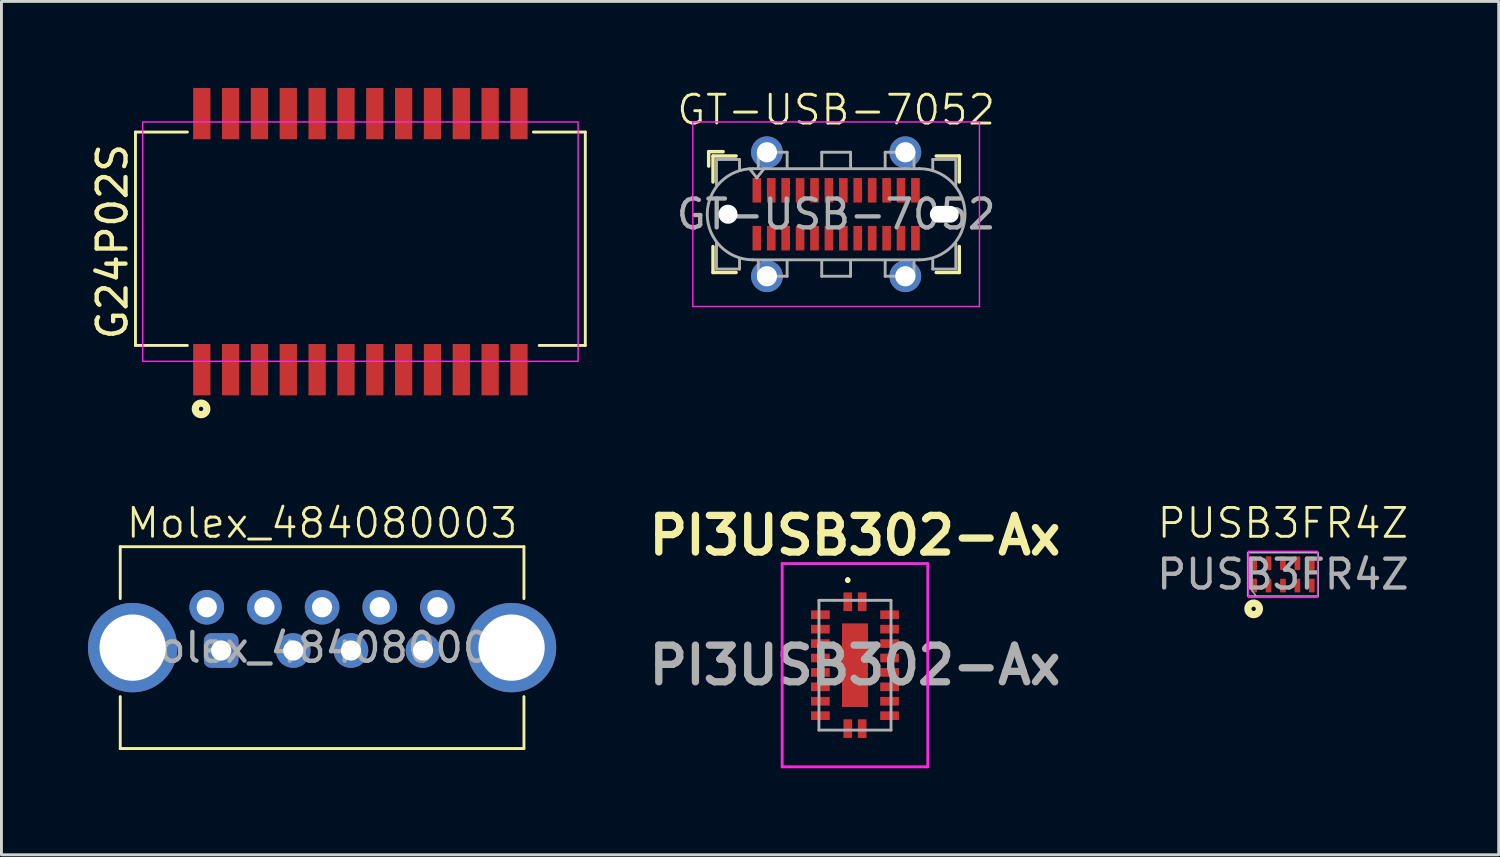
<source format=kicad_pcb>
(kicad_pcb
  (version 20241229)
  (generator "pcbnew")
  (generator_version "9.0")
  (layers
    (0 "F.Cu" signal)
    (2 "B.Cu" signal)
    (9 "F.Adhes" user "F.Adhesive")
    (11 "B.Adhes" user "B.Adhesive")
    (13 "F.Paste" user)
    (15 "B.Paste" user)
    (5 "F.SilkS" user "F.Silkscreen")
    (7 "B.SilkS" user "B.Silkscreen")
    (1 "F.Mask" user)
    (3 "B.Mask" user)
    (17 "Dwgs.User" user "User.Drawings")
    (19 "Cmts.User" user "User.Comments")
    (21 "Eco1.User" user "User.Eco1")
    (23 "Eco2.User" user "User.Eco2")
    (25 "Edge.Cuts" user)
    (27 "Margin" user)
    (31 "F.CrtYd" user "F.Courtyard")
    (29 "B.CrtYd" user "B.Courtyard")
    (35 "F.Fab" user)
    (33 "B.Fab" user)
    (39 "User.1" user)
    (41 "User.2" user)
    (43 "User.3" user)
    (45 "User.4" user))
  (footprint "PUSB3FR4Z"
    (layer "F.Cu")
    (at 41.442 16.869)
    (property "Reference" "PUSB3FR4Z" (at 0 -1.778 0) (unlocked yes) (layer "F.SilkS") (effects (font (size 1 1) (thickness 0.1))))
    (attr smd)
    (fp_circle (center -1.016 1.195) (end -0.941 1.195) (stroke (width 0.25) (type solid)) (fill no) (layer "F.SilkS"))
    (fp_rect (start -1.2 -0.8) (end 1.2 0.8) (stroke (width 0.05) (type default)) (fill no) (layer "F.CrtYd"))
    (fp_line (start -1.225 -0.75) (end -1.225 0.75) (stroke (width 0.05) (type default)) (layer "F.Fab"))
    (fp_line (start -1.22 0.36) (end -0.94 0.74) (stroke (width 0.05) (type default)) (layer "F.Fab"))
    (fp_line (start 1.225 -0.75) (end -1.225 -0.75) (stroke (width 0.05) (type default)) (layer "F.Fab"))
    (fp_line (start 1.225 -0.75) (end 1.225 0.75) (stroke (width 0.05) (type default)) (layer "F.Fab"))
    (fp_line (start 1.225 0.75) (end -1.225 0.75) (stroke (width 0.05) (type default)) (layer "F.Fab"))
    (fp_text user "${REFERENCE}" (at 0 0 0) (unlocked yes) (layer "F.Fab") (effects (font (size 1 1) (thickness 0.15))))
    (pad "1" smd roundrect (at -1 -0.388) (size 0.2 0.475) (layers "F.Cu" "F.Mask" "F.Paste") (roundrect_rratio 0.15))
    (pad "1" smd roundrect (at -1 0.388) (size 0.2 0.475) (layers "F.Cu" "F.Mask" "F.Paste") (roundrect_rratio 0.15))
    (pad "2" smd roundrect (at -0.5 -0.388) (size 0.2 0.475) (layers "F.Cu" "F.Mask" "F.Paste") (roundrect_rratio 0.15))
    (pad "2" smd roundrect (at -0.5 0.388) (size 0.2 0.475) (layers "F.Cu" "F.Mask" "F.Paste") (roundrect_rratio 0.15))
    (pad "3" smd roundrect (at 0 0.388) (size 0.2 0.475) (layers "F.Cu" "F.Mask" "F.Paste") (roundrect_rratio 0.15))
    (pad "4" smd roundrect (at 0.5 -0.388) (size 0.2 0.475) (layers "F.Cu" "F.Mask" "F.Paste") (roundrect_rratio 0.15))
    (pad "4" smd roundrect (at 0.5 0.388) (size 0.2 0.475) (layers "F.Cu" "F.Mask" "F.Paste") (roundrect_rratio 0.15))
    (pad "5" smd roundrect (at 1 -0.388) (size 0.2 0.475) (layers "F.Cu" "F.Mask" "F.Paste") (roundrect_rratio 0.15))
    (pad "5" smd roundrect (at 1 0.388) (size 0.2 0.475) (layers "F.Cu" "F.Mask" "F.Paste") (roundrect_rratio 0.15))
    (pad "8" smd roundrect (at 0 -0.388) (size 0.2 0.475) (layers "F.Cu" "F.Mask" "F.Paste") (roundrect_rratio 0.15)))
  (footprint "GT-USB-7052"
    (layer "F.Cu")
    (at 25.947 3.3)
    (property "Reference" "GT-USB-7052" (at 0 -2.54 0) (unlocked yes) (layer "F.SilkS") (effects (font (size 1 1) (thickness 0.1))))
    (attr smd)
    (fp_line (start -4.42 -1.09) (end -4.42 -0.59) (stroke (width 0.12) (type solid)) (layer "F.SilkS"))
    (fp_line (start -4.42 -1.09) (end -3.92 -1.09) (stroke (width 0.12) (type solid)) (layer "F.SilkS"))
    (fp_line (start -4.27 -0.94) (end -4.27 -0.04) (stroke (width 0.12) (type solid)) (layer "F.SilkS"))
    (fp_line (start -4.27 -0.94) (end -3.47 -0.94) (stroke (width 0.12) (type solid)) (layer "F.SilkS"))
    (fp_line (start -4.27 3.1) (end -4.27 2.2) (stroke (width 0.12) (type solid)) (layer "F.SilkS"))
    (fp_line (start -4.27 3.1) (end -3.47 3.1) (stroke (width 0.12) (type solid)) (layer "F.SilkS"))
    (fp_line (start 4.27 -0.94) (end 3.47 -0.94) (stroke (width 0.12) (type solid)) (layer "F.SilkS"))
    (fp_line (start 4.27 -0.94) (end 4.27 -0.04) (stroke (width 0.12) (type solid)) (layer "F.SilkS"))
    (fp_line (start 4.27 3.1) (end 3.47 3.1) (stroke (width 0.12) (type solid)) (layer "F.SilkS"))
    (fp_line (start 4.27 3.1) (end 4.27 2.2) (stroke (width 0.12) (type solid)) (layer "F.SilkS"))
    (fp_line (start -4.97 -2.12) (end -4.97 4.28) (stroke (width 0.05) (type solid)) (layer "F.CrtYd"))
    (fp_line (start -4.97 4.28) (end 4.97 4.28) (stroke (width 0.05) (type solid)) (layer "F.CrtYd"))
    (fp_line (start 4.97 -2.12) (end -4.97 -2.12) (stroke (width 0.05) (type solid)) (layer "F.CrtYd"))
    (fp_line (start 4.97 4.28) (end 4.97 -2.12) (stroke (width 0.05) (type solid)) (layer "F.CrtYd"))
    (fp_line (start -4.15 -0.82) (end -4.15 0.08) (stroke (width 0.1) (type solid)) (layer "F.Fab"))
    (fp_line (start -4.15 -0.82) (end -3.35 -0.82) (stroke (width 0.1) (type solid)) (layer "F.Fab"))
    (fp_line (start -4.15 2.98) (end -4.15 2.08) (stroke (width 0.1) (type solid)) (layer "F.Fab"))
    (fp_line (start -4.15 2.98) (end -3.35 2.98) (stroke (width 0.1) (type solid)) (layer "F.Fab"))
    (fp_line (start -3.35 -0.82) (end -3.35 -0.47) (stroke (width 0.1) (type solid)) (layer "F.Fab"))
    (fp_line (start -3.35 2.98) (end -3.35 2.63) (stroke (width 0.1) (type solid)) (layer "F.Fab"))
    (fp_line (start -2.89 2.66) (end 2.89 2.66) (stroke (width 0.1) (type solid)) (layer "F.Fab"))
    (fp_line (start -2.75 -0.18) (end -3 -0.5) (stroke (width 0.1) (type solid)) (layer "F.Fab"))
    (fp_line (start -2.7 -1.07) (end -1.7 -1.07) (stroke (width 0.1) (type solid)) (layer "F.Fab"))
    (fp_line (start -2.7 -0.52) (end -2.7 -1.07) (stroke (width 0.1) (type solid)) (layer "F.Fab"))
    (fp_line (start -2.7 2.68) (end -2.7 3.23) (stroke (width 0.1) (type solid)) (layer "F.Fab"))
    (fp_line (start -2.7 3.23) (end -1.7 3.23) (stroke (width 0.1) (type solid)) (layer "F.Fab"))
    (fp_line (start -2.5 -0.5) (end -2.75 -0.18) (stroke (width 0.1) (type solid)) (layer "F.Fab"))
    (fp_line (start -1.7 -1.07) (end -1.7 -0.52) (stroke (width 0.1) (type solid)) (layer "F.Fab"))
    (fp_line (start -1.7 3.23) (end -1.7 2.68) (stroke (width 0.1) (type solid)) (layer "F.Fab"))
    (fp_line (start -0.5 -1.07) (end 0.5 -1.07) (stroke (width 0.1) (type solid)) (layer "F.Fab"))
    (fp_line (start -0.5 -0.52) (end -0.5 -1.07) (stroke (width 0.1) (type solid)) (layer "F.Fab"))
    (fp_line (start -0.5 3.23) (end -0.5 2.68) (stroke (width 0.1) (type solid)) (layer "F.Fab"))
    (fp_line (start 0.5 -1.07) (end 0.5 -0.52) (stroke (width 0.1) (type solid)) (layer "F.Fab"))
    (fp_line (start 0.5 2.68) (end 0.5 3.23) (stroke (width 0.1) (type solid)) (layer "F.Fab"))
    (fp_line (start 0.5 3.23) (end -0.5 3.23) (stroke (width 0.1) (type solid)) (layer "F.Fab"))
    (fp_line (start 1.7 -1.07) (end 1.7 -0.52) (stroke (width 0.1) (type solid)) (layer "F.Fab"))
    (fp_line (start 1.7 3.23) (end 1.7 2.68) (stroke (width 0.1) (type solid)) (layer "F.Fab"))
    (fp_line (start 2.7 -1.07) (end 1.7 -1.07) (stroke (width 0.1) (type solid)) (layer "F.Fab"))
    (fp_line (start 2.7 -0.52) (end 2.7 -1.07) (stroke (width 0.1) (type solid)) (layer "F.Fab"))
    (fp_line (start 2.7 2.68) (end 2.7 3.23) (stroke (width 0.1) (type solid)) (layer "F.Fab"))
    (fp_line (start 2.7 3.23) (end 1.7 3.23) (stroke (width 0.1) (type solid)) (layer "F.Fab"))
    (fp_line (start 2.89 -0.5) (end -2.89 -0.5) (stroke (width 0.1) (type solid)) (layer "F.Fab"))
    (fp_line (start 3.35 -0.82) (end 3.35 -0.47) (stroke (width 0.1) (type solid)) (layer "F.Fab"))
    (fp_line (start 3.35 2.98) (end 3.35 2.63) (stroke (width 0.1) (type solid)) (layer "F.Fab"))
    (fp_line (start 4.15 -0.82) (end 3.35 -0.82) (stroke (width 0.1) (type solid)) (layer "F.Fab"))
    (fp_line (start 4.15 -0.82) (end 4.15 0.08) (stroke (width 0.1) (type solid)) (layer "F.Fab"))
    (fp_line (start 4.15 2.98) (end 3.35 2.98) (stroke (width 0.1) (type solid)) (layer "F.Fab"))
    (fp_line (start 4.15 2.98) (end 4.15 2.08) (stroke (width 0.1) (type solid)) (layer "F.Fab"))
    (fp_arc (start -2.89 2.66) (mid -4.47 1.08) (end -2.89 -0.5) (stroke (width 0.1) (type solid)) (layer "F.Fab"))
    (fp_arc (start 2.89 -0.5) (mid 4.47 1.08) (end 2.89 2.66) (stroke (width 0.1) (type solid)) (layer "F.Fab"))
    (fp_text user "${REFERENCE}" (at 0 1.08 0) (unlocked yes) (layer "F.Fab") (effects (font (size 1 1) (thickness 0.15))))
    (pad "" np_thru_hole circle (at -3.75 1.08) (size 0.66 0.66) (drill 0.66) (layers "*.Cu" "*.Mask"))
    (pad "" np_thru_hole oval (at 3.75 1.08) (size 1 0.58) (drill oval 1 0.58) (layers "*.Cu" "*.Mask"))
    (pad "A1" smd rect (at -2.75 0.25) (size 0.3 0.85) (layers "F.Cu" "F.Mask" "F.Paste"))
    (pad "A2" smd rect (at -2.25 0.25) (size 0.3 0.85) (layers "F.Cu" "F.Mask" "F.Paste"))
    (pad "A3" smd rect (at -1.75 0.25) (size 0.3 0.85) (layers "F.Cu" "F.Mask" "F.Paste"))
    (pad "A4" smd rect (at -1.25 0.25) (size 0.3 0.85) (layers "F.Cu" "F.Mask" "F.Paste"))
    (pad "A5" smd rect (at -0.75 0.25) (size 0.3 0.85) (layers "F.Cu" "F.Mask" "F.Paste"))
    (pad "A6" smd rect (at -0.25 0.25) (size 0.3 0.85) (layers "F.Cu" "F.Mask" "F.Paste"))
    (pad "A7" smd rect (at 0.25 0.25) (size 0.3 0.85) (layers "F.Cu" "F.Mask" "F.Paste"))
    (pad "A8" smd rect (at 0.75 0.25) (size 0.3 0.85) (layers "F.Cu" "F.Mask" "F.Paste"))
    (pad "A9" smd rect (at 1.25 0.25) (size 0.3 0.85) (layers "F.Cu" "F.Mask" "F.Paste"))
    (pad "A10" smd rect (at 1.75 0.25) (size 0.3 0.85) (layers "F.Cu" "F.Mask" "F.Paste"))
    (pad "A11" smd rect (at 2.25 0.25) (size 0.3 0.85) (layers "F.Cu" "F.Mask" "F.Paste"))
    (pad "A12" smd rect (at 2.75 0.25) (size 0.3 0.85) (layers "F.Cu" "F.Mask" "F.Paste"))
    (pad "B1" smd rect (at 2.75 1.91) (size 0.3 0.85) (layers "F.Cu" "F.Mask" "F.Paste"))
    (pad "B2" smd rect (at 2.25 1.91) (size 0.3 0.85) (layers "F.Cu" "F.Mask" "F.Paste"))
    (pad "B3" smd rect (at 1.75 1.91) (size 0.3 0.85) (layers "F.Cu" "F.Mask" "F.Paste"))
    (pad "B4" smd rect (at 1.25 1.91) (size 0.3 0.85) (layers "F.Cu" "F.Mask" "F.Paste"))
    (pad "B5" smd rect (at 0.75 1.91) (size 0.3 0.85) (layers "F.Cu" "F.Mask" "F.Paste"))
    (pad "B6" smd rect (at 0.25 1.91) (size 0.3 0.85) (layers "F.Cu" "F.Mask" "F.Paste"))
    (pad "B7" smd rect (at -0.25 1.91) (size 0.3 0.85) (layers "F.Cu" "F.Mask" "F.Paste"))
    (pad "B8" smd rect (at -0.75 1.91) (size 0.3 0.85) (layers "F.Cu" "F.Mask" "F.Paste"))
    (pad "B9" smd rect (at -1.25 1.91) (size 0.3 0.85) (layers "F.Cu" "F.Mask" "F.Paste"))
    (pad "B10" smd rect (at -1.75 1.91) (size 0.3 0.85) (layers "F.Cu" "F.Mask" "F.Paste"))
    (pad "B11" smd rect (at -2.25 1.91) (size 0.3 0.85) (layers "F.Cu" "F.Mask" "F.Paste"))
    (pad "B12" smd rect (at -2.75 1.91) (size 0.3 0.85) (layers "F.Cu" "F.Mask" "F.Paste"))
    (pad "S1" thru_hole circle (at -2.4 -1.07) (size 1.1 1.1) (drill 0.7) (layers "*.Cu" "*.Mask" "F.Paste"))
    (pad "S1" thru_hole circle (at -2.4 3.23) (size 1.1 1.1) (drill 0.7) (layers "*.Cu" "*.Mask" "F.Paste"))
    (pad "S1" thru_hole circle (at 2.4 -1.07) (size 1.1 1.1) (drill 0.7) (layers "*.Cu" "*.Mask" "F.Paste"))
    (pad "S1" thru_hole circle (at 2.4 3.23) (size 1.1 1.1) (drill 0.7) (layers "*.Cu" "*.Mask" "F.Paste"))
    (zone (net_name "") (layer "F.Cu") (name "peg") (hatch full 0.508) (connect_pads) (min_thickness 0.254) (filled_areas_thickness no) (keepout (tracks allowed) (vias allowed) (pads not_allowed) (copperpour not_allowed) (footprints not_allowed)) (placement (enabled no)) (fill) (polygon (pts (xy 26.747 2.58) (xy 25.147 2.58) (xy 25.147 1.881) (xy 26.747 1.881))))
    (zone (net_name "") (layer "F.Cu") (name "peg") (hatch full 0.508) (connect_pads) (min_thickness 0.254) (filled_areas_thickness no) (keepout (tracks allowed) (vias allowed) (pads not_allowed) (copperpour not_allowed) (footprints not_allowed)) (placement (enabled no)) (fill) (polygon (pts (xy 26.747 6.88) (xy 25.147 6.88) (xy 25.147 6.181) (xy 26.747 6.181)))))
  (footprint "G24P02S"
    (layer "F.Cu")
    (at 9.448 5.33)
    (property "Reference" "G24P02S" (at -8.6 0 90) (layer "F.SilkS") (effects (font (size 1 1) (thickness 0.15))))
    (attr smd)
    (fp_line (start -7.8 -3.8) (end -6 -3.8) (stroke (width 0.1) (type default)) (layer "F.SilkS"))
    (fp_line (start -7.8 3.6) (end -7.8 -3.8) (stroke (width 0.1) (type default)) (layer "F.SilkS"))
    (fp_line (start -7.8 3.6) (end -6 3.6) (stroke (width 0.1) (type default)) (layer "F.SilkS"))
    (fp_line (start 7.8 -3.8) (end 6 -3.8) (stroke (width 0.1) (type default)) (layer "F.SilkS"))
    (fp_line (start 7.8 -3.8) (end 7.8 3.6) (stroke (width 0.1) (type default)) (layer "F.SilkS"))
    (fp_line (start 7.8 3.6) (end 6.2 3.6) (stroke (width 0.1) (type default)) (layer "F.SilkS"))
    (fp_circle (center -5.525 5.8) (end -5.45 5.8) (stroke (width 0.25) (type solid)) (fill no) (layer "F.SilkS"))
    (fp_rect (start -7.55 -4.15) (end 7.55 4.15) (stroke (width 0.05) (type default)) (fill no) (layer "F.CrtYd"))
    (pad "1" smd rect (at -5.5 4.44) (size 0.6 1.78) (layers "F.Cu" "F.Mask" "F.Paste"))
    (pad "2" smd rect (at -4.5 4.44) (size 0.6 1.78) (layers "F.Cu" "F.Mask" "F.Paste"))
    (pad "3" smd rect (at -3.5 4.44) (size 0.6 1.78) (layers "F.Cu" "F.Mask" "F.Paste"))
    (pad "4" smd rect (at -2.5 4.44) (size 0.6 1.78) (layers "F.Cu" "F.Mask" "F.Paste"))
    (pad "5" smd rect (at -1.5 4.44) (size 0.6 1.78) (layers "F.Cu" "F.Mask" "F.Paste"))
    (pad "6" smd rect (at -0.5 4.44) (size 0.6 1.78) (layers "F.Cu" "F.Mask" "F.Paste"))
    (pad "7" smd rect (at 0.5 4.44) (size 0.6 1.78) (layers "F.Cu" "F.Mask" "F.Paste"))
    (pad "8" smd rect (at 1.5 4.44) (size 0.6 1.78) (layers "F.Cu" "F.Mask" "F.Paste"))
    (pad "9" smd rect (at 2.5 4.44) (size 0.6 1.78) (layers "F.Cu" "F.Mask" "F.Paste"))
    (pad "10" smd rect (at 3.5 4.44) (size 0.6 1.78) (layers "F.Cu" "F.Mask" "F.Paste"))
    (pad "11" smd rect (at 4.5 4.44) (size 0.6 1.78) (layers "F.Cu" "F.Mask" "F.Paste"))
    (pad "12" smd rect (at 5.5 4.44) (size 0.6 1.78) (layers "F.Cu" "F.Mask" "F.Paste"))
    (pad "13" smd rect (at 5.5 -4.44) (size 0.6 1.78) (layers "F.Cu" "F.Mask" "F.Paste"))
    (pad "14" smd rect (at 4.5 -4.44) (size 0.6 1.78) (layers "F.Cu" "F.Mask" "F.Paste"))
    (pad "15" smd rect (at 3.5 -4.44) (size 0.6 1.78) (layers "F.Cu" "F.Mask" "F.Paste"))
    (pad "16" smd rect (at 2.5 -4.44) (size 0.6 1.78) (layers "F.Cu" "F.Mask" "F.Paste"))
    (pad "17" smd rect (at 1.5 -4.44) (size 0.6 1.78) (layers "F.Cu" "F.Mask" "F.Paste"))
    (pad "18" smd rect (at 0.5 -4.44) (size 0.6 1.78) (layers "F.Cu" "F.Mask" "F.Paste"))
    (pad "19" smd rect (at -0.5 -4.44) (size 0.6 1.78) (layers "F.Cu" "F.Mask" "F.Paste"))
    (pad "20" smd rect (at -1.5 -4.44) (size 0.6 1.78) (layers "F.Cu" "F.Mask" "F.Paste"))
    (pad "21" smd rect (at -2.5 -4.44) (size 0.6 1.78) (layers "F.Cu" "F.Mask" "F.Paste"))
    (pad "22" smd rect (at -3.5 -4.44) (size 0.6 1.78) (layers "F.Cu" "F.Mask" "F.Paste"))
    (pad "23" smd rect (at -4.5 -4.44) (size 0.6 1.78) (layers "F.Cu" "F.Mask" "F.Paste"))
    (pad "24" smd rect (at -5.5 -4.44) (size 0.6 1.78) (layers "F.Cu" "F.Mask" "F.Paste")))
  (footprint "Molex_484080003"
    (layer "F.Cu")
    (at 8.12 19.409)
    (property "Reference" "Molex_484080003" (at 0 -4.318 0) (unlocked yes) (layer "F.SilkS") (effects (font (size 1 1) (thickness 0.1))))
    (attr smd)
    (fp_line (start -7 -3.5) (end 7 -3.5) (stroke (width 0.1) (type default)) (layer "F.SilkS"))
    (fp_line (start -7 -1.7) (end -7 -3.5) (stroke (width 0.1) (type default)) (layer "F.SilkS"))
    (fp_line (start -7 3.5) (end -7 1.7) (stroke (width 0.1) (type default)) (layer "F.SilkS"))
    (fp_line (start -7 3.5) (end 7 3.5) (stroke (width 0.1) (type default)) (layer "F.SilkS"))
    (fp_line (start 7 -1.7) (end 7 -3.5) (stroke (width 0.1) (type default)) (layer "F.SilkS"))
    (fp_line (start 7 3.5) (end 7 1.7) (stroke (width 0.1) (type default)) (layer "F.SilkS"))
    (fp_line (start -6.9 -0.6) (end -6.05 0.1) (stroke (width 0.1) (type default)) (layer "F.Fab"))
    (fp_text user "${REFERENCE}" (at 0 0 0) (unlocked yes) (layer "F.Fab") (effects (font (size 1 1) (thickness 0.15))))
    (pad "1" thru_hole roundrect (at -3.5 0.1) (size 1.2 1.2) (drill 0.7) (layers "*.Cu" "*.Mask") (roundrect_rratio 0.208))
    (pad "2" thru_hole circle (at -1 0.1) (size 1.2 1.2) (drill 0.7) (layers "*.Cu" "*.Mask"))
    (pad "3" thru_hole circle (at 1 0.1) (size 1.2 1.2) (drill 0.7) (layers "*.Cu" "*.Mask"))
    (pad "4" thru_hole circle (at 3.5 0.1) (size 1.2 1.2) (drill 0.7) (layers "*.Cu" "*.Mask"))
    (pad "5" thru_hole circle (at 4 -1.4) (size 1.2 1.2) (drill 0.7) (layers "*.Cu" "*.Mask"))
    (pad "6" thru_hole circle (at 2 -1.4) (size 1.2 1.2) (drill 0.7) (layers "*.Cu" "*.Mask"))
    (pad "7" thru_hole circle (at 0 -1.4) (size 1.2 1.2) (drill 0.7) (layers "*.Cu" "*.Mask"))
    (pad "8" thru_hole circle (at -2 -1.4) (size 1.2 1.2) (drill 0.7) (layers "*.Cu" "*.Mask"))
    (pad "9" thru_hole circle (at -4 -1.4) (size 1.2 1.2) (drill 0.7) (layers "*.Cu" "*.Mask"))
    (pad "10" thru_hole circle (at -6.57 0) (size 3.1 3.1) (drill 2.3) (layers "*.Cu" "*.Mask"))
    (pad "10" thru_hole circle (at 6.57 0) (size 3.1 3.1) (drill 2.3) (layers "*.Cu" "*.Mask")))
  (footprint "PI3USB302-Ax"
    (layer "F.Cu")
    (at 26.6 20.019)
    (property "Reference" "PI3USB302-Ax" (at 0 -4.5 0) (layer "F.SilkS") (effects (font (size 1.27 1.27) (thickness 0.254))))
    (attr smd)
    (fp_line (start -0.25 -3) (end -0.25 -3) (stroke (width 0.1) (type solid)) (layer "F.SilkS"))
    (fp_line (start -0.25 -2.9) (end -0.25 -2.9) (stroke (width 0.1) (type solid)) (layer "F.SilkS"))
    (fp_arc (start -0.25 -3) (mid -0.2 -2.95) (end -0.25 -2.9) (stroke (width 0.1) (type solid)) (layer "F.SilkS"))
    (fp_arc (start -0.25 -2.9) (mid -0.3 -2.95) (end -0.25 -3) (stroke (width 0.1) (type solid)) (layer "F.SilkS"))
    (fp_line (start -2.525 -3.525) (end 2.525 -3.525) (stroke (width 0.1) (type solid)) (layer "F.CrtYd"))
    (fp_line (start -2.525 3.525) (end -2.525 -3.525) (stroke (width 0.1) (type solid)) (layer "F.CrtYd"))
    (fp_line (start 2.525 -3.525) (end 2.525 3.525) (stroke (width 0.1) (type solid)) (layer "F.CrtYd"))
    (fp_line (start 2.525 3.525) (end -2.525 3.525) (stroke (width 0.1) (type solid)) (layer "F.CrtYd"))
    (fp_line (start -1.25 -2.25) (end 1.25 -2.25) (stroke (width 0.1) (type solid)) (layer "F.Fab"))
    (fp_line (start -1.25 2.25) (end -1.25 -2.25) (stroke (width 0.1) (type solid)) (layer "F.Fab"))
    (fp_line (start 1.25 -2.25) (end 1.25 2.25) (stroke (width 0.1) (type solid)) (layer "F.Fab"))
    (fp_line (start 1.25 2.25) (end -1.25 2.25) (stroke (width 0.1) (type solid)) (layer "F.Fab"))
    (fp_text user "${REFERENCE}" (at 0 0 0) (layer "F.Fab") (effects (font (size 1.27 1.27) (thickness 0.254))))
    (pad "1" smd rect (at -0.25 -2.2) (size 0.3 0.65) (layers "F.Cu" "F.Mask" "F.Paste"))
    (pad "2" smd rect (at -1.2 -1.75 90) (size 0.3 0.65) (layers "F.Cu" "F.Mask" "F.Paste"))
    (pad "3" smd rect (at -1.2 -1.25 90) (size 0.3 0.65) (layers "F.Cu" "F.Mask" "F.Paste"))
    (pad "4" smd rect (at -1.2 -0.75 90) (size 0.3 0.65) (layers "F.Cu" "F.Mask" "F.Paste"))
    (pad "5" smd rect (at -1.2 -0.25 90) (size 0.3 0.65) (layers "F.Cu" "F.Mask" "F.Paste"))
    (pad "6" smd rect (at -1.2 0.25 90) (size 0.3 0.65) (layers "F.Cu" "F.Mask" "F.Paste"))
    (pad "7" smd rect (at -1.2 0.75 90) (size 0.3 0.65) (layers "F.Cu" "F.Mask" "F.Paste"))
    (pad "8" smd rect (at -1.2 1.25 90) (size 0.3 0.65) (layers "F.Cu" "F.Mask" "F.Paste"))
    (pad "9" smd rect (at -1.2 1.75 90) (size 0.3 0.65) (layers "F.Cu" "F.Mask" "F.Paste"))
    (pad "10" smd rect (at -0.25 2.2) (size 0.3 0.65) (layers "F.Cu" "F.Mask" "F.Paste"))
    (pad "11" smd rect (at 0.25 2.2) (size 0.3 0.65) (layers "F.Cu" "F.Mask" "F.Paste"))
    (pad "12" smd rect (at 1.2 1.75 90) (size 0.3 0.65) (layers "F.Cu" "F.Mask" "F.Paste"))
    (pad "13" smd rect (at 1.2 1.25 90) (size 0.3 0.65) (layers "F.Cu" "F.Mask" "F.Paste"))
    (pad "14" smd rect (at 1.2 0.75 90) (size 0.3 0.65) (layers "F.Cu" "F.Mask" "F.Paste"))
    (pad "15" smd rect (at 1.2 0.25 90) (size 0.3 0.65) (layers "F.Cu" "F.Mask" "F.Paste"))
    (pad "16" smd rect (at 1.2 -0.25 90) (size 0.3 0.65) (layers "F.Cu" "F.Mask" "F.Paste"))
    (pad "17" smd rect (at 1.2 -0.75 90) (size 0.3 0.65) (layers "F.Cu" "F.Mask" "F.Paste"))
    (pad "18" smd rect (at 1.2 -1.25 90) (size 0.3 0.65) (layers "F.Cu" "F.Mask" "F.Paste"))
    (pad "19" smd rect (at 1.2 -1.75 90) (size 0.3 0.65) (layers "F.Cu" "F.Mask" "F.Paste"))
    (pad "20" smd rect (at 0.25 -2.2) (size 0.3 0.65) (layers "F.Cu" "F.Mask" "F.Paste"))
    (pad "21" smd rect (at 0 0) (size 0.9 2.9) (layers "F.Cu" "F.Mask" "F.Paste")))
  (gr_rect
    (start -3 -3)
    (end 48.924 26.594)
    (stroke (width 0.1) (type default))
    (fill no)
    (layer "Edge.Cuts")))
</source>
